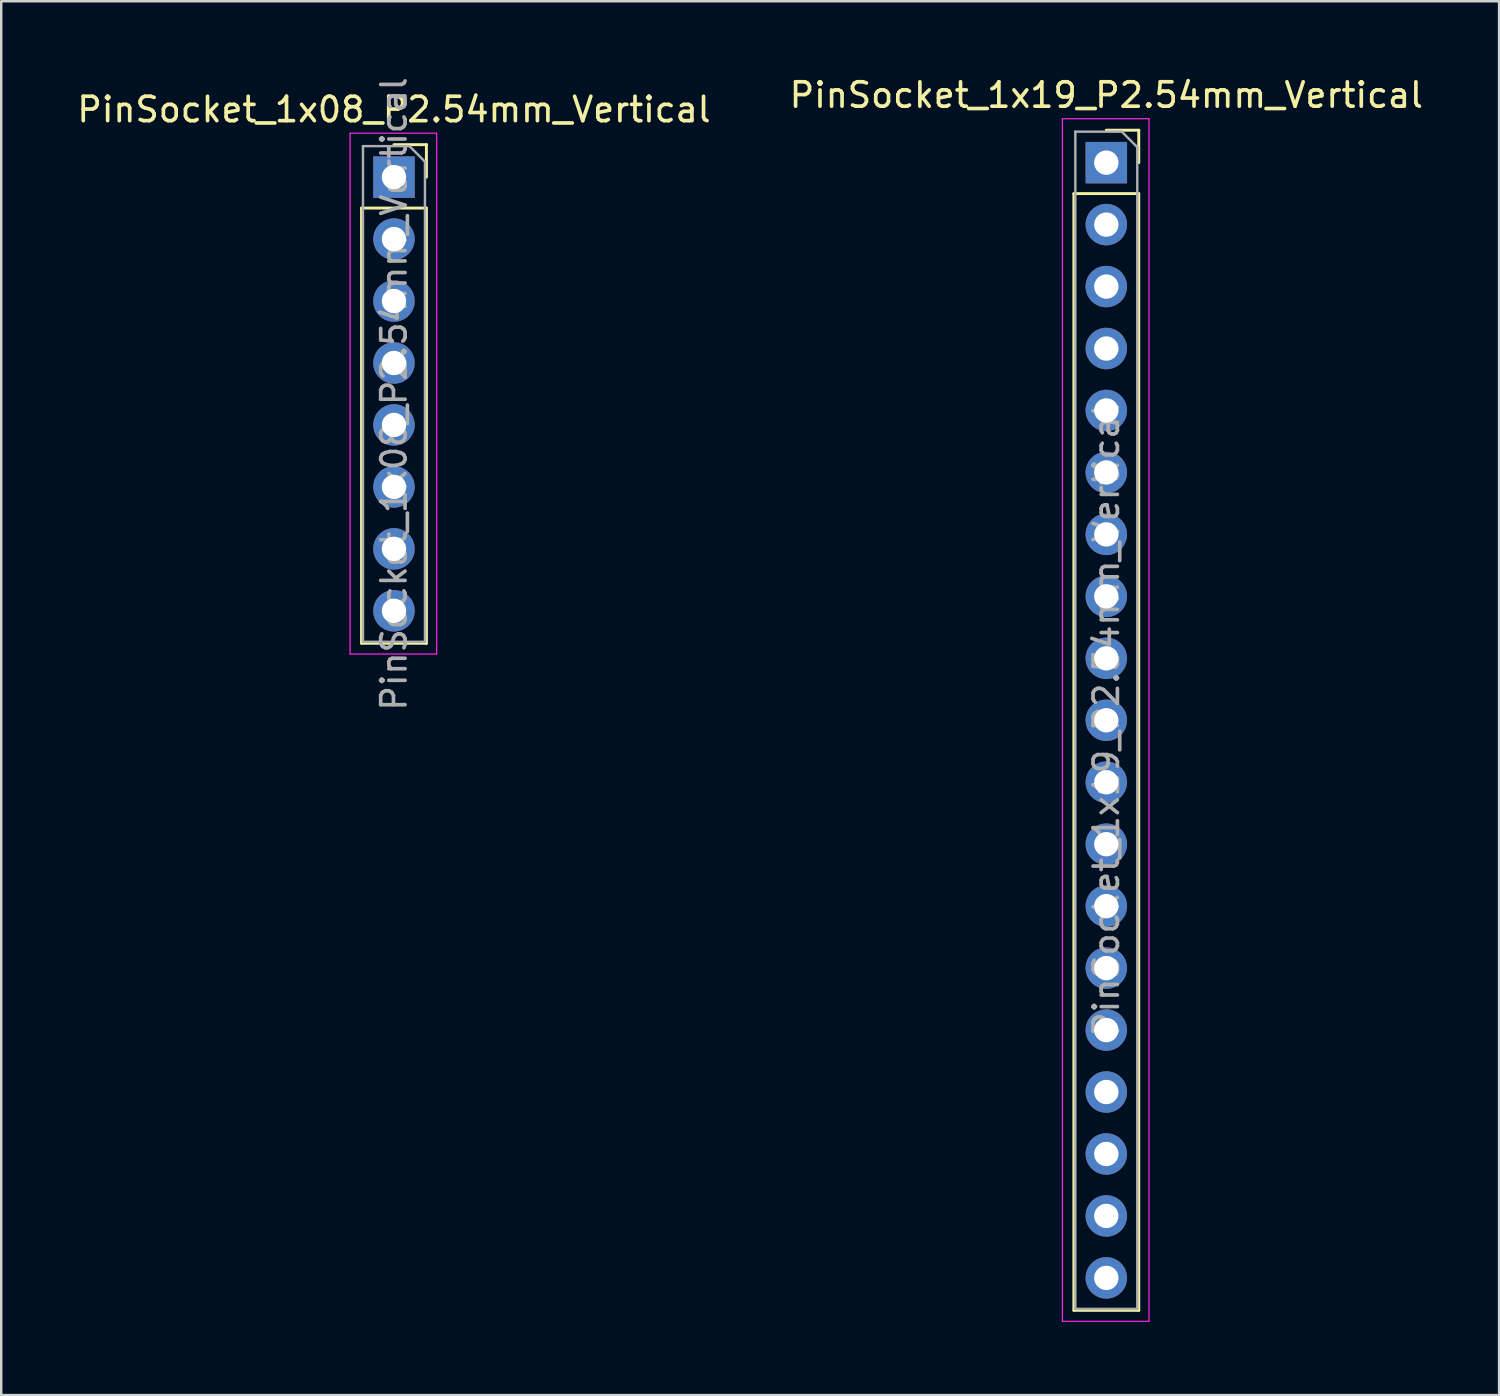
<source format=kicad_pcb>
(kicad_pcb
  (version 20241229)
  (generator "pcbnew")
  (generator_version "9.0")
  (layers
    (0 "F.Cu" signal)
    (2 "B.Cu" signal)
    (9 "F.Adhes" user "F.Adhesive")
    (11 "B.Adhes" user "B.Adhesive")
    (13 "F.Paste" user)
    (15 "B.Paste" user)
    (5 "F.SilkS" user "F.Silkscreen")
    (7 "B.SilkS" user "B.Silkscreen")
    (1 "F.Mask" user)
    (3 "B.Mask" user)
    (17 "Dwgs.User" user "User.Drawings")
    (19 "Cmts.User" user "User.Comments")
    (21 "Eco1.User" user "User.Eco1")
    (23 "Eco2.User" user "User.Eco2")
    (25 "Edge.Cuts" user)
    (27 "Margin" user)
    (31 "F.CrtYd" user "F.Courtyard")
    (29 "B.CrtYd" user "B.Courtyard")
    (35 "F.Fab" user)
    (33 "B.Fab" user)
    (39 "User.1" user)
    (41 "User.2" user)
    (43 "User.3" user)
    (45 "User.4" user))
  (footprint "PinSocket_1x08_P2.54mm_Vertical"
    (layer "F.Cu")
    (at 13.101 13.101)
    (property "Reference" "PinSocket_1x08_P2.54mm_Vertical" (at 0 -11.66 0) (layer "F.SilkS") (effects (font (size 1 1) (thickness 0.15))))
    (attr through_hole)
    (fp_line (start -1.33 -7.62) (end -1.33 10.22) (stroke (width 0.12) (type solid)) (layer "F.SilkS"))
    (fp_line (start -1.33 -7.62) (end 1.33 -7.62) (stroke (width 0.12) (type solid)) (layer "F.SilkS"))
    (fp_line (start -1.33 10.22) (end 1.33 10.22) (stroke (width 0.12) (type solid)) (layer "F.SilkS"))
    (fp_line (start 0 -10.22) (end 1.33 -10.22) (stroke (width 0.12) (type solid)) (layer "F.SilkS"))
    (fp_line (start 1.33 -10.22) (end 1.33 -8.89) (stroke (width 0.12) (type solid)) (layer "F.SilkS"))
    (fp_line (start 1.33 -7.62) (end 1.33 10.22) (stroke (width 0.12) (type solid)) (layer "F.SilkS"))
    (fp_line (start -1.8 -10.69) (end 1.75 -10.69) (stroke (width 0.05) (type solid)) (layer "F.CrtYd"))
    (fp_line (start -1.8 10.66) (end -1.8 -10.69) (stroke (width 0.05) (type solid)) (layer "F.CrtYd"))
    (fp_line (start 1.75 -10.69) (end 1.75 10.66) (stroke (width 0.05) (type solid)) (layer "F.CrtYd"))
    (fp_line (start 1.75 10.66) (end -1.8 10.66) (stroke (width 0.05) (type solid)) (layer "F.CrtYd"))
    (fp_line (start -1.27 -10.16) (end 0.635 -10.16) (stroke (width 0.1) (type solid)) (layer "F.Fab"))
    (fp_line (start -1.27 10.16) (end -1.27 -10.16) (stroke (width 0.1) (type solid)) (layer "F.Fab"))
    (fp_line (start 0.635 -10.16) (end 1.27 -9.525) (stroke (width 0.1) (type solid)) (layer "F.Fab"))
    (fp_line (start 1.27 -9.525) (end 1.27 10.16) (stroke (width 0.1) (type solid)) (layer "F.Fab"))
    (fp_line (start 1.27 10.16) (end -1.27 10.16) (stroke (width 0.1) (type solid)) (layer "F.Fab"))
    (fp_text user "${REFERENCE}" (at 0 0 90) (layer "F.Fab") (effects (font (size 1 1) (thickness 0.15))))
    (pad "1" thru_hole rect (at 0 -8.89) (size 1.7 1.7) (drill 1) (layers "*.Cu" "*.Mask"))
    (pad "2" thru_hole oval (at 0 -6.35) (size 1.7 1.7) (drill 1) (layers "*.Cu" "*.Mask"))
    (pad "3" thru_hole oval (at 0 -3.81) (size 1.7 1.7) (drill 1) (layers "*.Cu" "*.Mask"))
    (pad "4" thru_hole oval (at 0 -1.27) (size 1.7 1.7) (drill 1) (layers "*.Cu" "*.Mask"))
    (pad "5" thru_hole oval (at 0 1.27) (size 1.7 1.7) (drill 1) (layers "*.Cu" "*.Mask"))
    (pad "6" thru_hole oval (at 0 3.81) (size 1.7 1.7) (drill 1) (layers "*.Cu" "*.Mask"))
    (pad "7" thru_hole oval (at 0 6.35) (size 1.7 1.7) (drill 1) (layers "*.Cu" "*.Mask"))
    (pad "8" thru_hole oval (at 0 8.89) (size 1.7 1.7) (drill 1) (layers "*.Cu" "*.Mask")))
  (footprint "PinSocket_1x19_P2.54mm_Vertical"
    (layer "F.Cu")
    (at 42.304 26.478)
    (property "Reference" "PinSocket_1x19_P2.54mm_Vertical" (at 0 -25.63 0) (layer "F.SilkS") (effects (font (size 1 1) (thickness 0.15))))
    (attr through_hole)
    (fp_line (start -1.33 -21.59) (end -1.33 24.19) (stroke (width 0.12) (type solid)) (layer "F.SilkS"))
    (fp_line (start -1.33 -21.59) (end 1.33 -21.59) (stroke (width 0.12) (type solid)) (layer "F.SilkS"))
    (fp_line (start -1.33 24.19) (end 1.33 24.19) (stroke (width 0.12) (type solid)) (layer "F.SilkS"))
    (fp_line (start 0 -24.19) (end 1.33 -24.19) (stroke (width 0.12) (type solid)) (layer "F.SilkS"))
    (fp_line (start 1.33 -24.19) (end 1.33 -22.86) (stroke (width 0.12) (type solid)) (layer "F.SilkS"))
    (fp_line (start 1.33 -21.59) (end 1.33 24.19) (stroke (width 0.12) (type solid)) (layer "F.SilkS"))
    (fp_line (start -1.8 -24.66) (end 1.75 -24.66) (stroke (width 0.05) (type solid)) (layer "F.CrtYd"))
    (fp_line (start -1.8 24.64) (end -1.8 -24.66) (stroke (width 0.05) (type solid)) (layer "F.CrtYd"))
    (fp_line (start 1.75 -24.66) (end 1.75 24.64) (stroke (width 0.05) (type solid)) (layer "F.CrtYd"))
    (fp_line (start 1.75 24.64) (end -1.8 24.64) (stroke (width 0.05) (type solid)) (layer "F.CrtYd"))
    (fp_line (start -1.27 -24.13) (end 0.635 -24.13) (stroke (width 0.1) (type solid)) (layer "F.Fab"))
    (fp_line (start -1.27 24.13) (end -1.27 -24.13) (stroke (width 0.1) (type solid)) (layer "F.Fab"))
    (fp_line (start 0.635 -24.13) (end 1.27 -23.495) (stroke (width 0.1) (type solid)) (layer "F.Fab"))
    (fp_line (start 1.27 -23.495) (end 1.27 24.13) (stroke (width 0.1) (type solid)) (layer "F.Fab"))
    (fp_line (start 1.27 24.13) (end -1.27 24.13) (stroke (width 0.1) (type solid)) (layer "F.Fab"))
    (fp_text user "${REFERENCE}" (at 0 0 90) (layer "F.Fab") (effects (font (size 1 1) (thickness 0.15))))
    (pad "1" thru_hole rect (at 0 -22.86) (size 1.7 1.7) (drill 1) (layers "*.Cu" "*.Mask"))
    (pad "2" thru_hole oval (at 0 -20.32) (size 1.7 1.7) (drill 1) (layers "*.Cu" "*.Mask"))
    (pad "3" thru_hole oval (at 0 -17.78) (size 1.7 1.7) (drill 1) (layers "*.Cu" "*.Mask"))
    (pad "4" thru_hole oval (at 0 -15.24) (size 1.7 1.7) (drill 1) (layers "*.Cu" "*.Mask"))
    (pad "5" thru_hole oval (at 0 -12.7) (size 1.7 1.7) (drill 1) (layers "*.Cu" "*.Mask"))
    (pad "6" thru_hole oval (at 0 -10.16) (size 1.7 1.7) (drill 1) (layers "*.Cu" "*.Mask"))
    (pad "7" thru_hole oval (at 0 -7.62) (size 1.7 1.7) (drill 1) (layers "*.Cu" "*.Mask"))
    (pad "8" thru_hole oval (at 0 -5.08) (size 1.7 1.7) (drill 1) (layers "*.Cu" "*.Mask"))
    (pad "9" thru_hole oval (at 0 -2.54) (size 1.7 1.7) (drill 1) (layers "*.Cu" "*.Mask"))
    (pad "10" thru_hole oval (at 0 0) (size 1.7 1.7) (drill 1) (layers "*.Cu" "*.Mask"))
    (pad "11" thru_hole oval (at 0 2.54) (size 1.7 1.7) (drill 1) (layers "*.Cu" "*.Mask"))
    (pad "12" thru_hole oval (at 0 5.08) (size 1.7 1.7) (drill 1) (layers "*.Cu" "*.Mask"))
    (pad "13" thru_hole oval (at 0 7.62) (size 1.7 1.7) (drill 1) (layers "*.Cu" "*.Mask"))
    (pad "14" thru_hole oval (at 0 10.16) (size 1.7 1.7) (drill 1) (layers "*.Cu" "*.Mask"))
    (pad "15" thru_hole oval (at 0 12.7) (size 1.7 1.7) (drill 1) (layers "*.Cu" "*.Mask"))
    (pad "16" thru_hole oval (at 0 15.24) (size 1.7 1.7) (drill 1) (layers "*.Cu" "*.Mask"))
    (pad "17" thru_hole oval (at 0 17.78) (size 1.7 1.7) (drill 1) (layers "*.Cu" "*.Mask"))
    (pad "18" thru_hole oval (at 0 20.32) (size 1.7 1.7) (drill 1) (layers "*.Cu" "*.Mask"))
    (pad "19" thru_hole oval (at 0 22.86) (size 1.7 1.7) (drill 1) (layers "*.Cu" "*.Mask")))
  (gr_rect
    (start -3 -3)
    (end 58.405 54.143)
    (stroke (width 0.1) (type default))
    (fill no)
    (layer "Edge.Cuts")))
</source>
